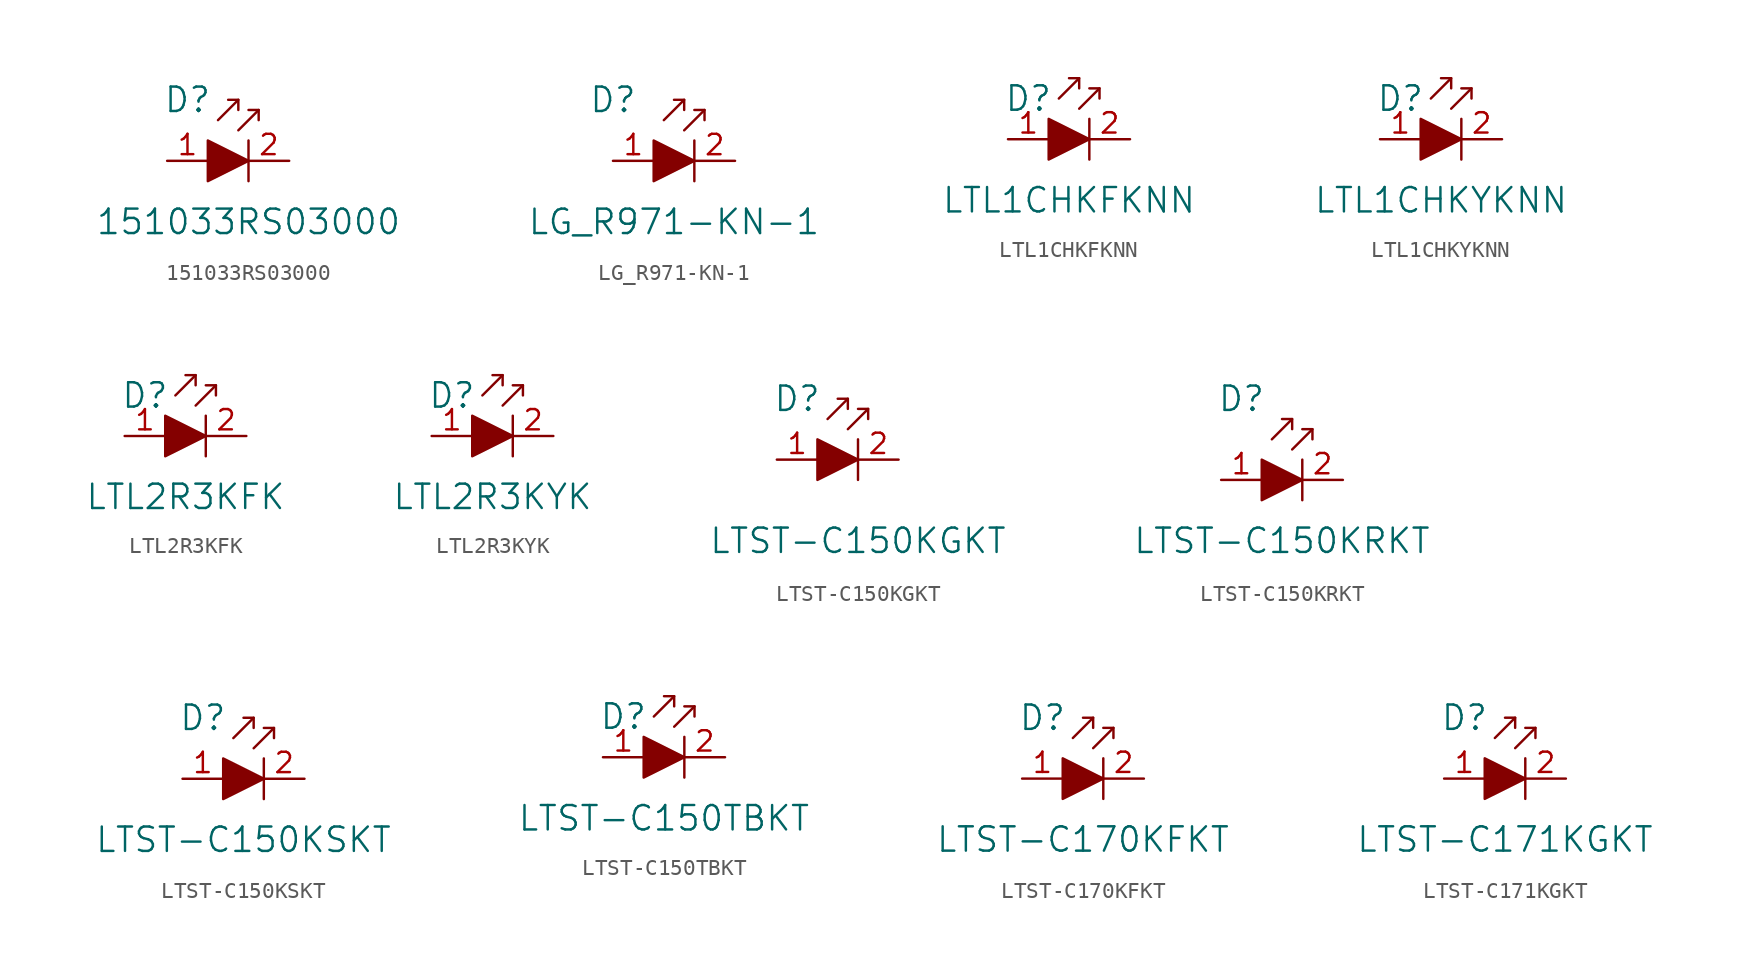
<source format=kicad_sym>
(kicad_symbol_lib
  (version 20231120)
  (generator "kicad_symbol_editor")
  (generator_version "8.0")
  (symbol "151033RS03000"
    (pin_names
      (offset 0))
    (property "Reference" "D"
      (at -3.81 3.81 0)
      (effects (font (size 1.524 1.524))))
    (property "Value" "151033RS03000"
      (at 0 -3.81 0)
      (effects (font (size 1.524 1.524))))
    (symbol "151033RS03000_0_1"
      (polyline (pts (xy -0.635 3.81) (xy -1.905 2.54)) (stroke (width 0) (type solid)) (fill (type none)))
      (polyline (pts (xy 0 1.27) (xy 0 -1.27)) (stroke (width 0) (type solid)) (fill (type none)))
      (polyline (pts (xy 0.635 3.175) (xy -0.635 1.905)) (stroke (width 0) (type solid)) (fill (type none)))
      (polyline (pts (xy -1.27 3.81) (xy -0.635 3.81) (xy -0.635 3.175)) (stroke (width 0) (type solid)) (fill (type none)))
      (polyline (pts (xy 0 3.175) (xy 0.635 3.175) (xy 0.635 2.54)) (stroke (width 0) (type solid)) (fill (type none)))
      (polyline (pts (xy -2.54 1.27) (xy -2.54 -1.27) (xy 0 0) (xy -2.54 1.27)) (stroke (width 0) (type solid)) (fill (type outline))))
    (symbol "151033RS03000_1_1"
      (pin passive line (at -5.08 0 0) (length 2.54) (name "~" (effects (font (size 1.27 1.27)))) (number "1" (effects (font (size 1.27 1.27)))))
      (pin passive line (at 2.54 0 180) (length 2.54) (name "~" (effects (font (size 1.27 1.27)))) (number "2" (effects (font (size 1.27 1.27)))))))
  (symbol "LG_R971-KN-1"
    (pin_names
      (offset 0))
    (property "Reference" "D"
      (at -5.08 3.81 0)
      (effects (font (size 1.524 1.524))))
    (property "Value" "LG_R971-KN-1"
      (at -1.27 -3.81 0)
      (effects (font (size 1.524 1.524))))
    (symbol "LG_R971-KN-1_0_1"
      (polyline (pts (xy -0.635 3.81) (xy -1.905 2.54)) (stroke (width 0) (type solid)) (fill (type none)))
      (polyline (pts (xy 0 1.27) (xy 0 -1.27)) (stroke (width 0) (type solid)) (fill (type none)))
      (polyline (pts (xy 0.635 3.175) (xy -0.635 1.905)) (stroke (width 0) (type solid)) (fill (type none)))
      (polyline (pts (xy -1.27 3.81) (xy -0.635 3.81) (xy -0.635 3.175)) (stroke (width 0) (type solid)) (fill (type none)))
      (polyline (pts (xy 0 3.175) (xy 0.635 3.175) (xy 0.635 2.54)) (stroke (width 0) (type solid)) (fill (type none)))
      (polyline (pts (xy -2.54 1.27) (xy -2.54 -1.27) (xy 0 0) (xy -2.54 1.27)) (stroke (width 0) (type solid)) (fill (type outline))))
    (symbol "LG_R971-KN-1_1_1"
      (pin passive line (at -5.08 0 0) (length 2.54) (name "~" (effects (font (size 1.27 1.27)))) (number "1" (effects (font (size 1.27 1.27)))))
      (pin passive line (at 2.54 0 180) (length 2.54) (name "~" (effects (font (size 1.27 1.27)))) (number "2" (effects (font (size 1.27 1.27)))))))
  (symbol "LTL1CHKFKNN"
    (pin_names
      (offset 0))
    (property "Reference" "D"
      (at -3.81 2.54 0)
      (effects (font (size 1.524 1.524))))
    (property "Value" "LTL1CHKFKNN"
      (at -1.27 -3.81 0)
      (effects (font (size 1.524 1.524))))
    (symbol "LTL1CHKFKNN_0_1"
      (polyline (pts (xy -0.635 3.81) (xy -1.905 2.54)) (stroke (width 0) (type solid)) (fill (type none)))
      (polyline (pts (xy 0 1.27) (xy 0 -1.27)) (stroke (width 0) (type solid)) (fill (type none)))
      (polyline (pts (xy 0.635 3.175) (xy -0.635 1.905)) (stroke (width 0) (type solid)) (fill (type none)))
      (polyline (pts (xy -1.27 3.81) (xy -0.635 3.81) (xy -0.635 3.175)) (stroke (width 0) (type solid)) (fill (type none)))
      (polyline (pts (xy 0 3.175) (xy 0.635 3.175) (xy 0.635 2.54)) (stroke (width 0) (type solid)) (fill (type none)))
      (polyline (pts (xy -2.54 1.27) (xy -2.54 -1.27) (xy 0 0) (xy -2.54 1.27)) (stroke (width 0) (type solid)) (fill (type outline))))
    (symbol "LTL1CHKFKNN_1_1"
      (pin passive line (at -5.08 0 0) (length 2.54) (name "~" (effects (font (size 1.27 1.27)))) (number "1" (effects (font (size 1.27 1.27)))))
      (pin passive line (at 2.54 0 180) (length 2.54) (name "~" (effects (font (size 1.27 1.27)))) (number "2" (effects (font (size 1.27 1.27)))))))
  (symbol "LTL1CHKYKNN"
    (pin_names
      (offset 0))
    (property "Reference" "D"
      (at -3.81 2.54 0)
      (effects (font (size 1.524 1.524))))
    (property "Value" "LTL1CHKYKNN"
      (at -1.27 -3.81 0)
      (effects (font (size 1.524 1.524))))
    (symbol "LTL1CHKYKNN_0_1"
      (polyline (pts (xy -0.635 3.81) (xy -1.905 2.54)) (stroke (width 0) (type solid)) (fill (type none)))
      (polyline (pts (xy 0 1.27) (xy 0 -1.27)) (stroke (width 0) (type solid)) (fill (type none)))
      (polyline (pts (xy 0.635 3.175) (xy -0.635 1.905)) (stroke (width 0) (type solid)) (fill (type none)))
      (polyline (pts (xy -1.27 3.81) (xy -0.635 3.81) (xy -0.635 3.175)) (stroke (width 0) (type solid)) (fill (type none)))
      (polyline (pts (xy 0 3.175) (xy 0.635 3.175) (xy 0.635 2.54)) (stroke (width 0) (type solid)) (fill (type none)))
      (polyline (pts (xy -2.54 1.27) (xy -2.54 -1.27) (xy 0 0) (xy -2.54 1.27)) (stroke (width 0) (type solid)) (fill (type outline))))
    (symbol "LTL1CHKYKNN_1_1"
      (pin passive line (at -5.08 0 0) (length 2.54) (name "~" (effects (font (size 1.27 1.27)))) (number "1" (effects (font (size 1.27 1.27)))))
      (pin passive line (at 2.54 0 180) (length 2.54) (name "~" (effects (font (size 1.27 1.27)))) (number "2" (effects (font (size 1.27 1.27)))))))
  (symbol "LTL2R3KFK"
    (pin_names
      (offset 0))
    (property "Reference" "D"
      (at -3.81 2.54 0)
      (effects (font (size 1.524 1.524))))
    (property "Value" "LTL2R3KFK"
      (at -1.27 -3.81 0)
      (effects (font (size 1.524 1.524))))
    (symbol "LTL2R3KFK_0_1"
      (polyline (pts (xy -0.635 3.81) (xy -1.905 2.54)) (stroke (width 0) (type solid)) (fill (type none)))
      (polyline (pts (xy 0 1.27) (xy 0 -1.27)) (stroke (width 0) (type solid)) (fill (type none)))
      (polyline (pts (xy 0.635 3.175) (xy -0.635 1.905)) (stroke (width 0) (type solid)) (fill (type none)))
      (polyline (pts (xy -1.27 3.81) (xy -0.635 3.81) (xy -0.635 3.175)) (stroke (width 0) (type solid)) (fill (type none)))
      (polyline (pts (xy 0 3.175) (xy 0.635 3.175) (xy 0.635 2.54)) (stroke (width 0) (type solid)) (fill (type none)))
      (polyline (pts (xy -2.54 1.27) (xy -2.54 -1.27) (xy 0 0) (xy -2.54 1.27)) (stroke (width 0) (type solid)) (fill (type outline))))
    (symbol "LTL2R3KFK_1_1"
      (pin passive line (at -5.08 0 0) (length 2.54) (name "~" (effects (font (size 1.27 1.27)))) (number "1" (effects (font (size 1.27 1.27)))))
      (pin passive line (at 2.54 0 180) (length 2.54) (name "~" (effects (font (size 1.27 1.27)))) (number "2" (effects (font (size 1.27 1.27)))))))
  (symbol "LTL2R3KYK"
    (pin_names
      (offset 0))
    (property "Reference" "D"
      (at -3.81 2.54 0)
      (effects (font (size 1.524 1.524))))
    (property "Value" "LTL2R3KYK"
      (at -1.27 -3.81 0)
      (effects (font (size 1.524 1.524))))
    (symbol "LTL2R3KYK_0_1"
      (polyline (pts (xy -0.635 3.81) (xy -1.905 2.54)) (stroke (width 0) (type solid)) (fill (type none)))
      (polyline (pts (xy 0 1.27) (xy 0 -1.27)) (stroke (width 0) (type solid)) (fill (type none)))
      (polyline (pts (xy 0.635 3.175) (xy -0.635 1.905)) (stroke (width 0) (type solid)) (fill (type none)))
      (polyline (pts (xy -1.27 3.81) (xy -0.635 3.81) (xy -0.635 3.175)) (stroke (width 0) (type solid)) (fill (type none)))
      (polyline (pts (xy 0 3.175) (xy 0.635 3.175) (xy 0.635 2.54)) (stroke (width 0) (type solid)) (fill (type none)))
      (polyline (pts (xy -2.54 1.27) (xy -2.54 -1.27) (xy 0 0) (xy -2.54 1.27)) (stroke (width 0) (type solid)) (fill (type outline))))
    (symbol "LTL2R3KYK_1_1"
      (pin passive line (at -5.08 0 0) (length 2.54) (name "~" (effects (font (size 1.27 1.27)))) (number "1" (effects (font (size 1.27 1.27)))))
      (pin passive line (at 2.54 0 180) (length 2.54) (name "~" (effects (font (size 1.27 1.27)))) (number "2" (effects (font (size 1.27 1.27)))))))
  (symbol "LTST-C150KGKT"
    (pin_names
      (offset 0))
    (property "Reference" "D"
      (at -3.81 3.81 0)
      (effects (font (size 1.524 1.524))))
    (property "Value" "LTST-C150KGKT"
      (at 0 -5.08 0)
      (effects (font (size 1.524 1.524))))
    (symbol "LTST-C150KGKT_0_1"
      (polyline (pts (xy -0.635 3.81) (xy -1.905 2.54)) (stroke (width 0) (type solid)) (fill (type none)))
      (polyline (pts (xy 0 1.27) (xy 0 -1.27)) (stroke (width 0) (type solid)) (fill (type none)))
      (polyline (pts (xy 0.635 3.175) (xy -0.635 1.905)) (stroke (width 0) (type solid)) (fill (type none)))
      (polyline (pts (xy -1.27 3.81) (xy -0.635 3.81) (xy -0.635 3.175)) (stroke (width 0) (type solid)) (fill (type none)))
      (polyline (pts (xy 0 3.175) (xy 0.635 3.175) (xy 0.635 2.54)) (stroke (width 0) (type solid)) (fill (type none)))
      (polyline (pts (xy -2.54 1.27) (xy -2.54 -1.27) (xy 0 0) (xy -2.54 1.27)) (stroke (width 0) (type solid)) (fill (type outline))))
    (symbol "LTST-C150KGKT_1_1"
      (pin passive line (at -5.08 0 0) (length 2.54) (name "~" (effects (font (size 1.27 1.27)))) (number "1" (effects (font (size 1.27 1.27)))))
      (pin passive line (at 2.54 0 180) (length 2.54) (name "~" (effects (font (size 1.27 1.27)))) (number "2" (effects (font (size 1.27 1.27)))))))
  (symbol "LTST-C150KRKT"
    (pin_names
      (offset 0))
    (property "Reference" "D"
      (at -3.81 5.08 0)
      (effects (font (size 1.524 1.524))))
    (property "Value" "LTST-C150KRKT"
      (at -1.27 -3.81 0)
      (effects (font (size 1.524 1.524))))
    (symbol "LTST-C150KRKT_0_1"
      (polyline (pts (xy -0.635 3.81) (xy -1.905 2.54)) (stroke (width 0) (type solid)) (fill (type none)))
      (polyline (pts (xy 0 1.27) (xy 0 -1.27)) (stroke (width 0) (type solid)) (fill (type none)))
      (polyline (pts (xy 0.635 3.175) (xy -0.635 1.905)) (stroke (width 0) (type solid)) (fill (type none)))
      (polyline (pts (xy -1.27 3.81) (xy -0.635 3.81) (xy -0.635 3.175)) (stroke (width 0) (type solid)) (fill (type none)))
      (polyline (pts (xy 0 3.175) (xy 0.635 3.175) (xy 0.635 2.54)) (stroke (width 0) (type solid)) (fill (type none)))
      (polyline (pts (xy -2.54 1.27) (xy -2.54 -1.27) (xy 0 0) (xy -2.54 1.27)) (stroke (width 0) (type solid)) (fill (type outline))))
    (symbol "LTST-C150KRKT_1_1"
      (pin passive line (at -5.08 0 0) (length 2.54) (name "~" (effects (font (size 1.27 1.27)))) (number "1" (effects (font (size 1.27 1.27)))))
      (pin passive line (at 2.54 0 180) (length 2.54) (name "~" (effects (font (size 1.27 1.27)))) (number "2" (effects (font (size 1.27 1.27)))))))
  (symbol "LTST-C150KSKT"
    (pin_names
      (offset 0))
    (property "Reference" "D"
      (at -3.81 3.81 0)
      (effects (font (size 1.524 1.524))))
    (property "Value" "LTST-C150KSKT"
      (at -1.27 -3.81 0)
      (effects (font (size 1.524 1.524))))
    (symbol "LTST-C150KSKT_0_1"
      (polyline (pts (xy -0.635 3.81) (xy -1.905 2.54)) (stroke (width 0) (type solid)) (fill (type none)))
      (polyline (pts (xy 0 1.27) (xy 0 -1.27)) (stroke (width 0) (type solid)) (fill (type none)))
      (polyline (pts (xy 0.635 3.175) (xy -0.635 1.905)) (stroke (width 0) (type solid)) (fill (type none)))
      (polyline (pts (xy -1.27 3.81) (xy -0.635 3.81) (xy -0.635 3.175)) (stroke (width 0) (type solid)) (fill (type none)))
      (polyline (pts (xy 0 3.175) (xy 0.635 3.175) (xy 0.635 2.54)) (stroke (width 0) (type solid)) (fill (type none)))
      (polyline (pts (xy -2.54 1.27) (xy -2.54 -1.27) (xy 0 0) (xy -2.54 1.27)) (stroke (width 0) (type solid)) (fill (type outline))))
    (symbol "LTST-C150KSKT_1_1"
      (pin passive line (at -5.08 0 0) (length 2.54) (name "~" (effects (font (size 1.27 1.27)))) (number "1" (effects (font (size 1.27 1.27)))))
      (pin passive line (at 2.54 0 180) (length 2.54) (name "~" (effects (font (size 1.27 1.27)))) (number "2" (effects (font (size 1.27 1.27)))))))
  (symbol "LTST-C150TBKT"
    (pin_names
      (offset 0))
    (property "Reference" "D"
      (at -3.81 2.54 0)
      (effects (font (size 1.524 1.524))))
    (property "Value" "LTST-C150TBKT"
      (at -1.27 -3.81 0)
      (effects (font (size 1.524 1.524))))
    (symbol "LTST-C150TBKT_0_1"
      (polyline (pts (xy -0.635 3.81) (xy -1.905 2.54)) (stroke (width 0) (type solid)) (fill (type none)))
      (polyline (pts (xy 0 1.27) (xy 0 -1.27)) (stroke (width 0) (type solid)) (fill (type none)))
      (polyline (pts (xy 0.635 3.175) (xy -0.635 1.905)) (stroke (width 0) (type solid)) (fill (type none)))
      (polyline (pts (xy -1.27 3.81) (xy -0.635 3.81) (xy -0.635 3.175)) (stroke (width 0) (type solid)) (fill (type none)))
      (polyline (pts (xy 0 3.175) (xy 0.635 3.175) (xy 0.635 2.54)) (stroke (width 0) (type solid)) (fill (type none)))
      (polyline (pts (xy -2.54 1.27) (xy -2.54 -1.27) (xy 0 0) (xy -2.54 1.27)) (stroke (width 0) (type solid)) (fill (type outline))))
    (symbol "LTST-C150TBKT_1_1"
      (pin passive line (at -5.08 0 0) (length 2.54) (name "~" (effects (font (size 1.27 1.27)))) (number "1" (effects (font (size 1.27 1.27)))))
      (pin passive line (at 2.54 0 180) (length 2.54) (name "~" (effects (font (size 1.27 1.27)))) (number "2" (effects (font (size 1.27 1.27)))))))
  (symbol "LTST-C170KFKT"
    (pin_names
      (offset 0))
    (property "Reference" "D"
      (at -3.81 3.81 0)
      (effects (font (size 1.524 1.524))))
    (property "Value" "LTST-C170KFKT"
      (at -1.27 -3.81 0)
      (effects (font (size 1.524 1.524))))
    (symbol "LTST-C170KFKT_0_1"
      (polyline (pts (xy -0.635 3.81) (xy -1.905 2.54)) (stroke (width 0) (type solid)) (fill (type none)))
      (polyline (pts (xy 0 1.27) (xy 0 -1.27)) (stroke (width 0) (type solid)) (fill (type none)))
      (polyline (pts (xy 0.635 3.175) (xy -0.635 1.905)) (stroke (width 0) (type solid)) (fill (type none)))
      (polyline (pts (xy -1.27 3.81) (xy -0.635 3.81) (xy -0.635 3.175)) (stroke (width 0) (type solid)) (fill (type none)))
      (polyline (pts (xy 0 3.175) (xy 0.635 3.175) (xy 0.635 2.54)) (stroke (width 0) (type solid)) (fill (type none)))
      (polyline (pts (xy -2.54 1.27) (xy -2.54 -1.27) (xy 0 0) (xy -2.54 1.27)) (stroke (width 0) (type solid)) (fill (type outline))))
    (symbol "LTST-C170KFKT_1_1"
      (pin passive line (at -5.08 0 0) (length 2.54) (name "~" (effects (font (size 1.27 1.27)))) (number "1" (effects (font (size 1.27 1.27)))))
      (pin passive line (at 2.54 0 180) (length 2.54) (name "~" (effects (font (size 1.27 1.27)))) (number "2" (effects (font (size 1.27 1.27)))))))
  (symbol "LTST-C171KGKT"
    (pin_names
      (offset 0))
    (property "Reference" "D"
      (at -3.81 3.81 0)
      (effects (font (size 1.524 1.524))))
    (property "Value" "LTST-C171KGKT"
      (at -1.27 -3.81 0)
      (effects (font (size 1.524 1.524))))
    (symbol "LTST-C171KGKT_0_1"
      (polyline (pts (xy -0.635 3.81) (xy -1.905 2.54)) (stroke (width 0) (type solid)) (fill (type none)))
      (polyline (pts (xy 0 1.27) (xy 0 -1.27)) (stroke (width 0) (type solid)) (fill (type none)))
      (polyline (pts (xy 0.635 3.175) (xy -0.635 1.905)) (stroke (width 0) (type solid)) (fill (type none)))
      (polyline (pts (xy -1.27 3.81) (xy -0.635 3.81) (xy -0.635 3.175)) (stroke (width 0) (type solid)) (fill (type none)))
      (polyline (pts (xy 0 3.175) (xy 0.635 3.175) (xy 0.635 2.54)) (stroke (width 0) (type solid)) (fill (type none)))
      (polyline (pts (xy -2.54 1.27) (xy -2.54 -1.27) (xy 0 0) (xy -2.54 1.27)) (stroke (width 0) (type solid)) (fill (type outline))))
    (symbol "LTST-C171KGKT_1_1"
      (pin passive line (at -5.08 0 0) (length 2.54) (name "~" (effects (font (size 1.27 1.27)))) (number "1" (effects (font (size 1.27 1.27)))))
      (pin passive line (at 2.54 0 180) (length 2.54) (name "~" (effects (font (size 1.27 1.27)))) (number "2" (effects (font (size 1.27 1.27))))))))
</source>
